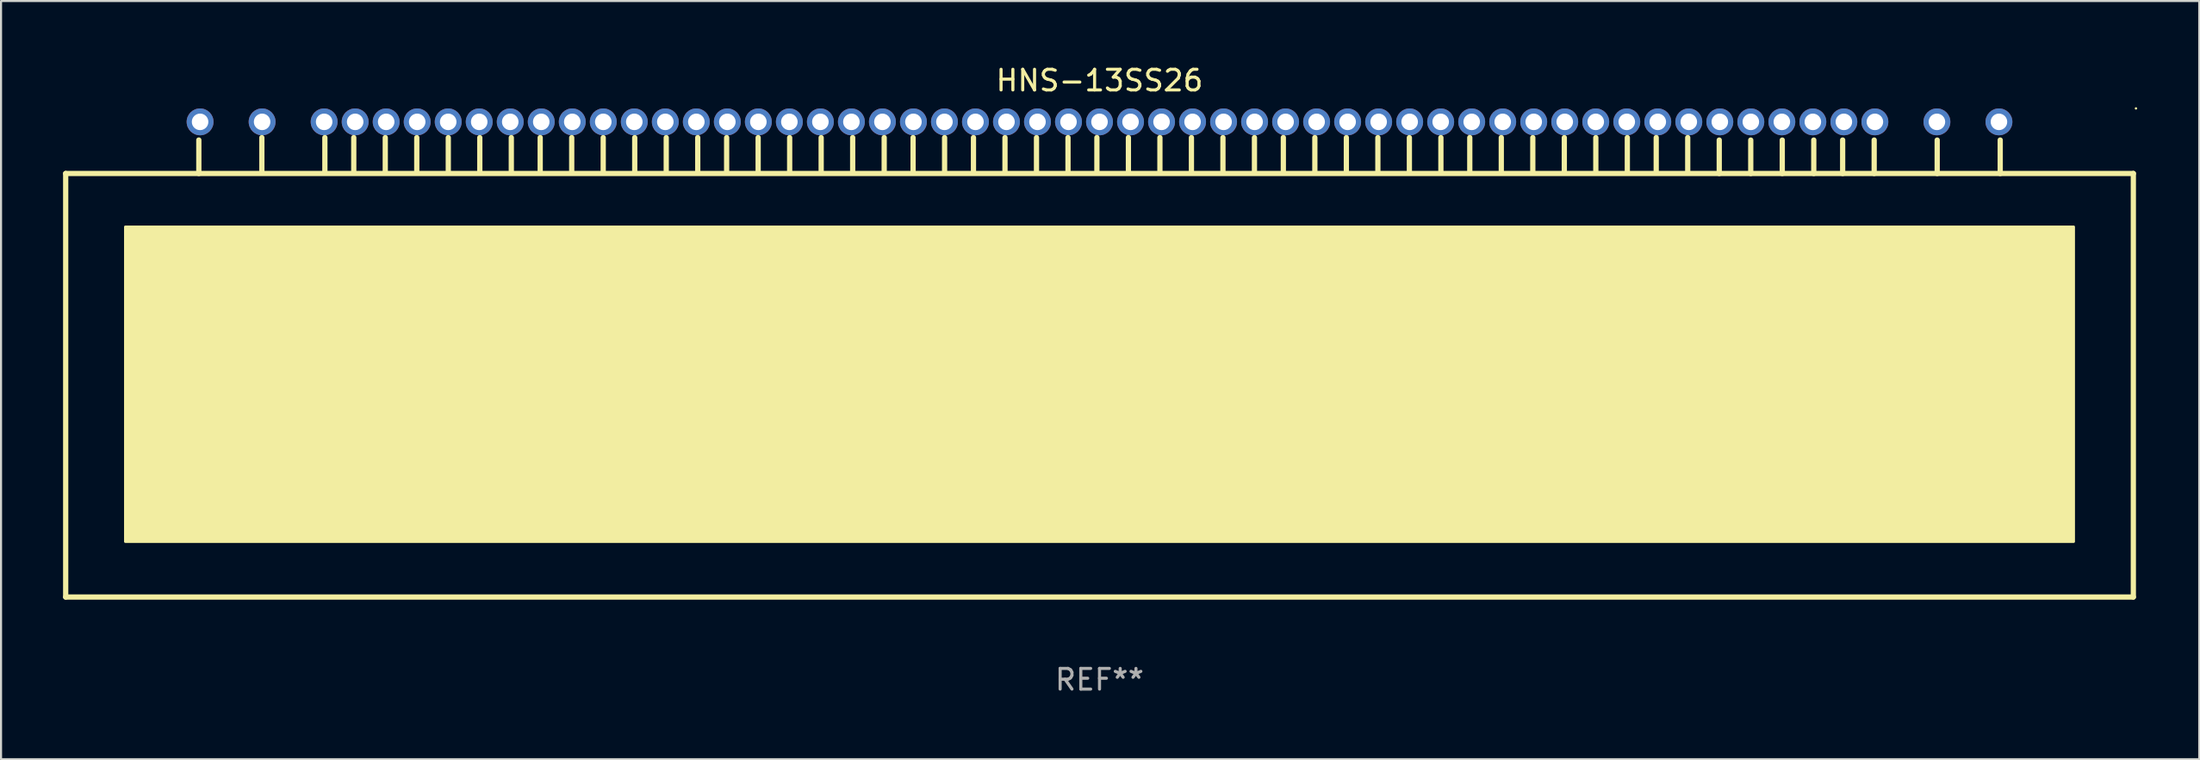
<source format=kicad_pcb>
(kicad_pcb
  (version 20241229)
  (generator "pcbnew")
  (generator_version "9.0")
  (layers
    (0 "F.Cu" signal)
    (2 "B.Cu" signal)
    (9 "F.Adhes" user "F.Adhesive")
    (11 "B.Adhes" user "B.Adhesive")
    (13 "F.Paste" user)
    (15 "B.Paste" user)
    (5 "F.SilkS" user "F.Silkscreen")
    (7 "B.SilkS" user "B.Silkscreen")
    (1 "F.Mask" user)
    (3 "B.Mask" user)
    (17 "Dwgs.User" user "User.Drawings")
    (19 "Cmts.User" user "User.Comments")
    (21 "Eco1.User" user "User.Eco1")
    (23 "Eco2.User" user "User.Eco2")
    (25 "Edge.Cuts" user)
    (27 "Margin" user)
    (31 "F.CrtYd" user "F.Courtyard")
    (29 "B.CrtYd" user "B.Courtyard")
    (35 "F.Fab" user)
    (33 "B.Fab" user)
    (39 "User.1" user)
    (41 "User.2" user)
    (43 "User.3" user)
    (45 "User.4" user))
  (footprint "HNS-13SS26"
    (layer "F.Cu")
    (at 50.127 14.348)
    (property "Reference" "HNS-13SS26" (at 0 -13.5 0) (layer "F.SilkS") (effects (font (size 1 1) (thickness 0.15))))
    (attr through_hole)
    (fp_line (start -50 -9) (end -50 11.5) (stroke (width 0.254) (type solid)) (layer "F.SilkS"))
    (fp_line (start -43.561 -10.621) (end -43.561 -9) (stroke (width 0.254) (type solid)) (layer "F.SilkS"))
    (fp_line (start -40.513 -10.738) (end -40.513 -9.119) (stroke (width 0.254) (type solid)) (layer "F.SilkS"))
    (fp_line (start -37.465 -10.739) (end -37.465 -9.119) (stroke (width 0.254) (type solid)) (layer "F.SilkS"))
    (fp_line (start -36.068 -10.74) (end -36.068 -9.119) (stroke (width 0.254) (type solid)) (layer "F.SilkS"))
    (fp_line (start -34.544 -10.739) (end -34.544 -9.119) (stroke (width 0.254) (type solid)) (layer "F.SilkS"))
    (fp_line (start -33.02 -10.738) (end -33.02 -9.119) (stroke (width 0.254) (type solid)) (layer "F.SilkS"))
    (fp_line (start -31.496 -10.738) (end -31.496 -9.119) (stroke (width 0.254) (type solid)) (layer "F.SilkS"))
    (fp_line (start -29.972 -10.738) (end -29.972 -9.119) (stroke (width 0.254) (type solid)) (layer "F.SilkS"))
    (fp_line (start -28.448 -10.739) (end -28.448 -9.119) (stroke (width 0.254) (type solid)) (layer "F.SilkS"))
    (fp_line (start -27.051 -10.74) (end -27.051 -9.119) (stroke (width 0.254) (type solid)) (layer "F.SilkS"))
    (fp_line (start -25.527 -10.739) (end -25.527 -9.119) (stroke (width 0.254) (type solid)) (layer "F.SilkS"))
    (fp_line (start -24.003 -10.738) (end -24.003 -9.119) (stroke (width 0.254) (type solid)) (layer "F.SilkS"))
    (fp_line (start -22.479 -10.738) (end -22.479 -9.119) (stroke (width 0.254) (type solid)) (layer "F.SilkS"))
    (fp_line (start -20.955 -10.738) (end -20.955 -9.119) (stroke (width 0.254) (type solid)) (layer "F.SilkS"))
    (fp_line (start -19.431 -10.739) (end -19.431 -9.119) (stroke (width 0.254) (type solid)) (layer "F.SilkS"))
    (fp_line (start -18.034 -10.74) (end -18.034 -9.119) (stroke (width 0.254) (type solid)) (layer "F.SilkS"))
    (fp_line (start -16.51 -10.739) (end -16.51 -9.119) (stroke (width 0.254) (type solid)) (layer "F.SilkS"))
    (fp_line (start -14.986 -10.738) (end -14.986 -9.119) (stroke (width 0.254) (type solid)) (layer "F.SilkS"))
    (fp_line (start -13.462 -10.738) (end -13.462 -9.119) (stroke (width 0.254) (type solid)) (layer "F.SilkS"))
    (fp_line (start -11.938 -10.738) (end -11.938 -9.119) (stroke (width 0.254) (type solid)) (layer "F.SilkS"))
    (fp_line (start -10.414 -10.739) (end -10.414 -9.119) (stroke (width 0.254) (type solid)) (layer "F.SilkS"))
    (fp_line (start -9.017 -10.74) (end -9.017 -9.119) (stroke (width 0.254) (type solid)) (layer "F.SilkS"))
    (fp_line (start -7.493 -10.739) (end -7.493 -9.119) (stroke (width 0.254) (type solid)) (layer "F.SilkS"))
    (fp_line (start -6.096 -10.738) (end -6.096 -9.119) (stroke (width 0.254) (type solid)) (layer "F.SilkS"))
    (fp_line (start -4.572 -10.738) (end -4.572 -9.119) (stroke (width 0.254) (type solid)) (layer "F.SilkS"))
    (fp_line (start -3.048 -10.738) (end -3.048 -9.119) (stroke (width 0.254) (type solid)) (layer "F.SilkS"))
    (fp_line (start -1.524 -10.739) (end -1.524 -9.119) (stroke (width 0.254) (type solid)) (layer "F.SilkS"))
    (fp_line (start -0.127 -10.74) (end -0.127 -9.119) (stroke (width 0.254) (type solid)) (layer "F.SilkS"))
    (fp_line (start 1.397 -10.739) (end 1.397 -9.119) (stroke (width 0.254) (type solid)) (layer "F.SilkS"))
    (fp_line (start 2.921 -10.738) (end 2.921 -9.119) (stroke (width 0.254) (type solid)) (layer "F.SilkS"))
    (fp_line (start 4.445 -10.738) (end 4.445 -9.119) (stroke (width 0.254) (type solid)) (layer "F.SilkS"))
    (fp_line (start 5.969 -10.738) (end 5.969 -9.119) (stroke (width 0.254) (type solid)) (layer "F.SilkS"))
    (fp_line (start 7.493 -10.739) (end 7.493 -9.119) (stroke (width 0.254) (type solid)) (layer "F.SilkS"))
    (fp_line (start 8.89 -10.74) (end 8.89 -9.119) (stroke (width 0.254) (type solid)) (layer "F.SilkS"))
    (fp_line (start 10.414 -10.739) (end 10.414 -9.119) (stroke (width 0.254) (type solid)) (layer "F.SilkS"))
    (fp_line (start 11.938 -10.738) (end 11.938 -9.119) (stroke (width 0.254) (type solid)) (layer "F.SilkS"))
    (fp_line (start 13.462 -10.738) (end 13.462 -9.119) (stroke (width 0.254) (type solid)) (layer "F.SilkS"))
    (fp_line (start 14.986 -10.738) (end 14.986 -9.119) (stroke (width 0.254) (type solid)) (layer "F.SilkS"))
    (fp_line (start 16.51 -10.739) (end 16.51 -9.119) (stroke (width 0.254) (type solid)) (layer "F.SilkS"))
    (fp_line (start 17.907 -10.74) (end 17.907 -9.119) (stroke (width 0.254) (type solid)) (layer "F.SilkS"))
    (fp_line (start 19.431 -10.739) (end 19.431 -9.119) (stroke (width 0.254) (type solid)) (layer "F.SilkS"))
    (fp_line (start 20.955 -10.738) (end 20.955 -9.119) (stroke (width 0.254) (type solid)) (layer "F.SilkS"))
    (fp_line (start 22.479 -10.738) (end 22.479 -9.119) (stroke (width 0.254) (type solid)) (layer "F.SilkS"))
    (fp_line (start 24.003 -10.738) (end 24.003 -9.119) (stroke (width 0.254) (type solid)) (layer "F.SilkS"))
    (fp_line (start 25.527 -10.739) (end 25.527 -9.119) (stroke (width 0.254) (type solid)) (layer "F.SilkS"))
    (fp_line (start 26.924 -10.74) (end 26.924 -9.119) (stroke (width 0.254) (type solid)) (layer "F.SilkS"))
    (fp_line (start 28.448 -10.739) (end 28.448 -9.119) (stroke (width 0.254) (type solid)) (layer "F.SilkS"))
    (fp_line (start 29.972 -10.619) (end 29.972 -9) (stroke (width 0.254) (type solid)) (layer "F.SilkS"))
    (fp_line (start 31.496 -10.619) (end 31.496 -9) (stroke (width 0.254) (type solid)) (layer "F.SilkS"))
    (fp_line (start 33.02 -10.619) (end 33.02 -9) (stroke (width 0.254) (type solid)) (layer "F.SilkS"))
    (fp_line (start 34.544 -10.62) (end 34.544 -9) (stroke (width 0.254) (type solid)) (layer "F.SilkS"))
    (fp_line (start 35.941 -10.621) (end 35.941 -9) (stroke (width 0.254) (type solid)) (layer "F.SilkS"))
    (fp_line (start 37.465 -10.62) (end 37.465 -9) (stroke (width 0.254) (type solid)) (layer "F.SilkS"))
    (fp_line (start 40.513 -10.619) (end 40.513 -9) (stroke (width 0.254) (type solid)) (layer "F.SilkS"))
    (fp_line (start 43.561 -10.621) (end 43.561 -9) (stroke (width 0.254) (type solid)) (layer "F.SilkS"))
    (fp_line (start 50 -9) (end -50 -9) (stroke (width 0.254) (type solid)) (layer "F.SilkS"))
    (fp_line (start 50 -9) (end 50 11.5) (stroke (width 0.254) (type solid)) (layer "F.SilkS"))
    (fp_line (start 50 11.5) (end -50 11.5) (stroke (width 0.254) (type solid)) (layer "F.SilkS"))
    (fp_circle (center 50.127 -12.15) (end 50.157 -12.15) (stroke (width 0.06) (type solid)) (fill no) (layer "F.SilkS"))
    (fp_poly (pts (xy -47.117 -6.42) (xy 47.117 -6.42) (xy 47.117 8.82) (xy -47.117 8.82)) (stroke (width 0.12) (type solid)) (fill yes) (layer "F.SilkS"))
    (fp_text user "REF**" (at 0 15.5 0) (layer "F.Fab") (effects (font (size 1 1) (thickness 0.15))))
    (pad "1" thru_hole circle (at 43.5 -11.5) (size 1.3 1.3) (drill 0.8) (layers "*.Cu" "*.Mask"))
    (pad "3" thru_hole circle (at 40.5 -11.5) (size 1.3 1.3) (drill 0.8) (layers "*.Cu" "*.Mask"))
    (pad "5" thru_hole circle (at 37.5 -11.5) (size 1.3 1.3) (drill 0.8) (layers "*.Cu" "*.Mask"))
    (pad "6" thru_hole circle (at 36 -11.5) (size 1.3 1.3) (drill 0.8) (layers "*.Cu" "*.Mask"))
    (pad "7" thru_hole circle (at 34.5 -11.5) (size 1.3 1.3) (drill 0.8) (layers "*.Cu" "*.Mask"))
    (pad "8" thru_hole circle (at 33 -11.5) (size 1.3 1.3) (drill 0.8) (layers "*.Cu" "*.Mask"))
    (pad "9" thru_hole circle (at 31.5 -11.5) (size 1.3 1.3) (drill 0.8) (layers "*.Cu" "*.Mask"))
    (pad "10" thru_hole circle (at 30 -11.5) (size 1.3 1.3) (drill 0.8) (layers "*.Cu" "*.Mask"))
    (pad "11" thru_hole circle (at 28.5 -11.5) (size 1.3 1.3) (drill 0.8) (layers "*.Cu" "*.Mask"))
    (pad "12" thru_hole circle (at 27 -11.5) (size 1.3 1.3) (drill 0.8) (layers "*.Cu" "*.Mask"))
    (pad "13" thru_hole circle (at 25.5 -11.5) (size 1.3 1.3) (drill 0.8) (layers "*.Cu" "*.Mask"))
    (pad "14" thru_hole circle (at 24 -11.5) (size 1.3 1.3) (drill 0.8) (layers "*.Cu" "*.Mask"))
    (pad "15" thru_hole circle (at 22.5 -11.5) (size 1.3 1.3) (drill 0.8) (layers "*.Cu" "*.Mask"))
    (pad "16" thru_hole circle (at 21 -11.5) (size 1.3 1.3) (drill 0.8) (layers "*.Cu" "*.Mask"))
    (pad "17" thru_hole circle (at 19.5 -11.5) (size 1.3 1.3) (drill 0.8) (layers "*.Cu" "*.Mask"))
    (pad "18" thru_hole circle (at 18 -11.5) (size 1.3 1.3) (drill 0.8) (layers "*.Cu" "*.Mask"))
    (pad "19" thru_hole circle (at 16.5 -11.5) (size 1.3 1.3) (drill 0.8) (layers "*.Cu" "*.Mask"))
    (pad "20" thru_hole circle (at 15 -11.5) (size 1.3 1.3) (drill 0.8) (layers "*.Cu" "*.Mask"))
    (pad "21" thru_hole circle (at 13.5 -11.5) (size 1.3 1.3) (drill 0.8) (layers "*.Cu" "*.Mask"))
    (pad "22" thru_hole circle (at 12 -11.5) (size 1.3 1.3) (drill 0.8) (layers "*.Cu" "*.Mask"))
    (pad "23" thru_hole circle (at 10.5 -11.5) (size 1.3 1.3) (drill 0.8) (layers "*.Cu" "*.Mask"))
    (pad "24" thru_hole circle (at 9 -11.5) (size 1.3 1.3) (drill 0.8) (layers "*.Cu" "*.Mask"))
    (pad "25" thru_hole circle (at 7.5 -11.5) (size 1.3 1.3) (drill 0.8) (layers "*.Cu" "*.Mask"))
    (pad "26" thru_hole circle (at 6 -11.5) (size 1.3 1.3) (drill 0.8) (layers "*.Cu" "*.Mask"))
    (pad "27" thru_hole circle (at 4.5 -11.5) (size 1.3 1.3) (drill 0.8) (layers "*.Cu" "*.Mask"))
    (pad "28" thru_hole circle (at 3 -11.5) (size 1.3 1.3) (drill 0.8) (layers "*.Cu" "*.Mask"))
    (pad "29" thru_hole circle (at 1.5 -11.5) (size 1.3 1.3) (drill 0.8) (layers "*.Cu" "*.Mask"))
    (pad "30" thru_hole circle (at -0.000051 -11.5) (size 1.3 1.3) (drill 0.8) (layers "*.Cu" "*.Mask"))
    (pad "31" thru_hole circle (at -1.5 -11.5) (size 1.3 1.3) (drill 0.8) (layers "*.Cu" "*.Mask"))
    (pad "32" thru_hole circle (at -3 -11.5) (size 1.3 1.3) (drill 0.8) (layers "*.Cu" "*.Mask"))
    (pad "33" thru_hole circle (at -4.5 -11.5) (size 1.3 1.3) (drill 0.8) (layers "*.Cu" "*.Mask"))
    (pad "34" thru_hole circle (at -6 -11.5) (size 1.3 1.3) (drill 0.8) (layers "*.Cu" "*.Mask"))
    (pad "35" thru_hole circle (at -7.5 -11.5) (size 1.3 1.3) (drill 0.8) (layers "*.Cu" "*.Mask"))
    (pad "36" thru_hole circle (at -9 -11.5) (size 1.3 1.3) (drill 0.8) (layers "*.Cu" "*.Mask"))
    (pad "37" thru_hole circle (at -10.5 -11.5) (size 1.3 1.3) (drill 0.8) (layers "*.Cu" "*.Mask"))
    (pad "38" thru_hole circle (at -12 -11.5) (size 1.3 1.3) (drill 0.8) (layers "*.Cu" "*.Mask"))
    (pad "39" thru_hole circle (at -13.5 -11.5) (size 1.3 1.3) (drill 0.8) (layers "*.Cu" "*.Mask"))
    (pad "40" thru_hole circle (at -15 -11.5) (size 1.3 1.3) (drill 0.8) (layers "*.Cu" "*.Mask"))
    (pad "41" thru_hole circle (at -16.5 -11.5) (size 1.3 1.3) (drill 0.8) (layers "*.Cu" "*.Mask"))
    (pad "42" thru_hole circle (at -18 -11.5) (size 1.3 1.3) (drill 0.8) (layers "*.Cu" "*.Mask"))
    (pad "43" thru_hole circle (at -19.5 -11.5) (size 1.3 1.3) (drill 0.8) (layers "*.Cu" "*.Mask"))
    (pad "44" thru_hole circle (at -21 -11.5) (size 1.3 1.3) (drill 0.8) (layers "*.Cu" "*.Mask"))
    (pad "45" thru_hole circle (at -22.5 -11.5) (size 1.3 1.3) (drill 0.8) (layers "*.Cu" "*.Mask"))
    (pad "46" thru_hole circle (at -24 -11.5) (size 1.3 1.3) (drill 0.8) (layers "*.Cu" "*.Mask"))
    (pad "47" thru_hole circle (at -25.5 -11.5) (size 1.3 1.3) (drill 0.8) (layers "*.Cu" "*.Mask"))
    (pad "48" thru_hole circle (at -27 -11.5) (size 1.3 1.3) (drill 0.8) (layers "*.Cu" "*.Mask"))
    (pad "49" thru_hole circle (at -28.5 -11.5) (size 1.3 1.3) (drill 0.8) (layers "*.Cu" "*.Mask"))
    (pad "50" thru_hole circle (at -30 -11.5) (size 1.3 1.3) (drill 0.8) (layers "*.Cu" "*.Mask"))
    (pad "51" thru_hole circle (at -31.5 -11.5) (size 1.3 1.3) (drill 0.8) (layers "*.Cu" "*.Mask"))
    (pad "52" thru_hole circle (at -33 -11.5) (size 1.3 1.3) (drill 0.8) (layers "*.Cu" "*.Mask"))
    (pad "53" thru_hole circle (at -34.5 -11.5) (size 1.3 1.3) (drill 0.8) (layers "*.Cu" "*.Mask"))
    (pad "54" thru_hole circle (at -36 -11.5) (size 1.3 1.3) (drill 0.8) (layers "*.Cu" "*.Mask"))
    (pad "55" thru_hole circle (at -37.5 -11.5) (size 1.3 1.3) (drill 0.8) (layers "*.Cu" "*.Mask"))
    (pad "57" thru_hole circle (at -40.5 -11.5) (size 1.3 1.3) (drill 0.8) (layers "*.Cu" "*.Mask"))
    (pad "59" thru_hole circle (at -43.5 -11.5) (size 1.3 1.3) (drill 0.8) (layers "*.Cu" "*.Mask")))
  (gr_rect
    (start -3 -3)
    (end 103.314 33.697)
    (stroke (width 0.1) (type default))
    (fill no)
    (layer "Edge.Cuts")))
</source>
